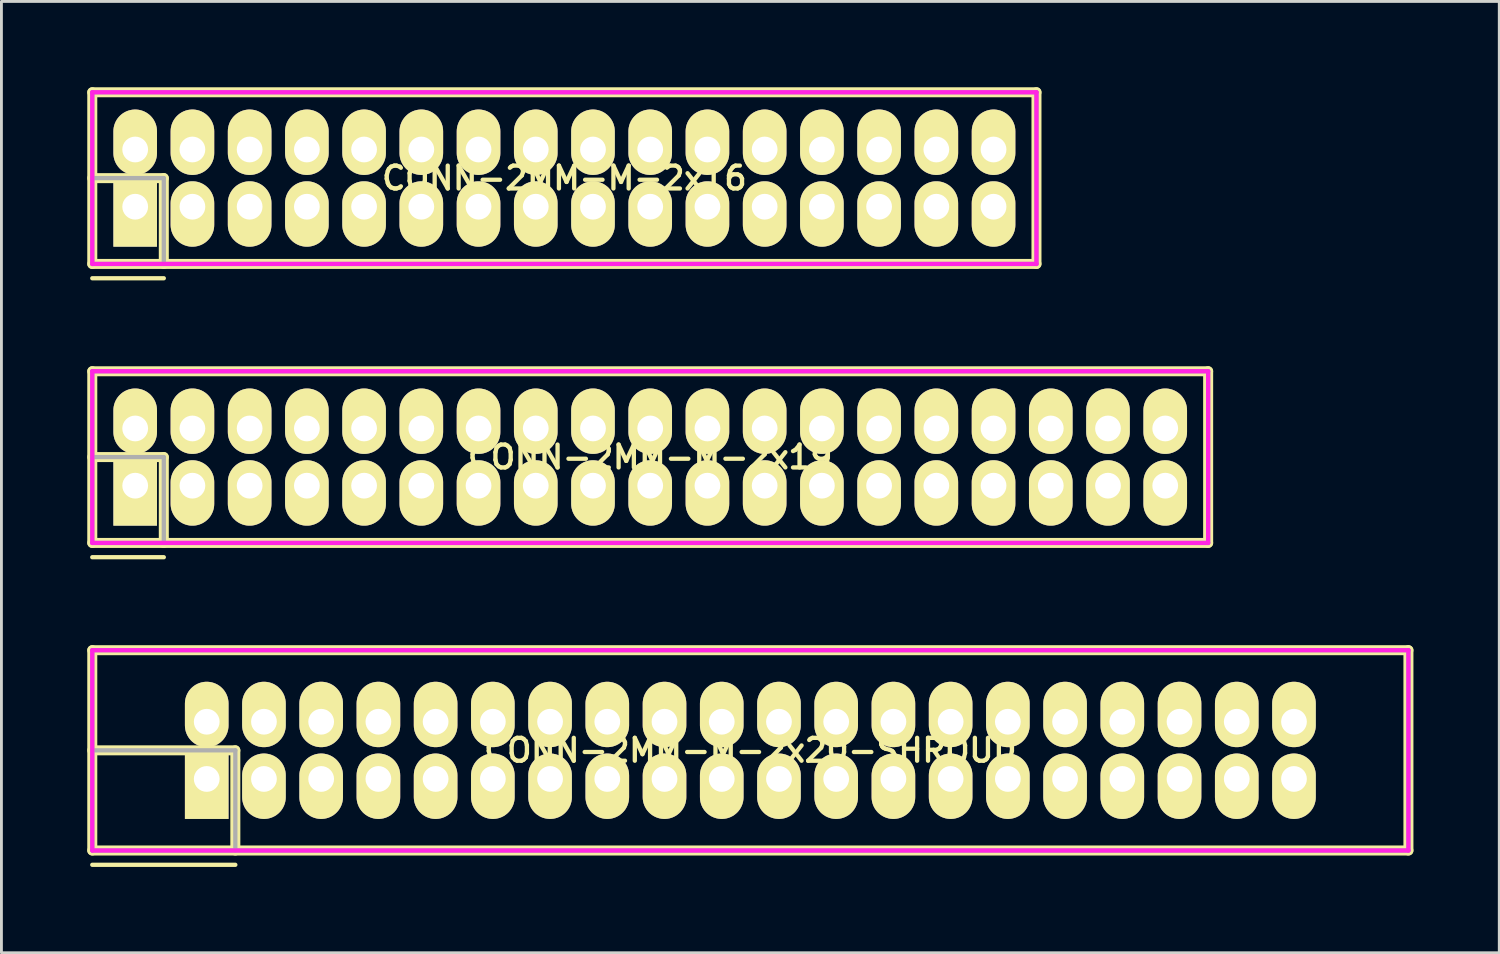
<source format=kicad_pcb>
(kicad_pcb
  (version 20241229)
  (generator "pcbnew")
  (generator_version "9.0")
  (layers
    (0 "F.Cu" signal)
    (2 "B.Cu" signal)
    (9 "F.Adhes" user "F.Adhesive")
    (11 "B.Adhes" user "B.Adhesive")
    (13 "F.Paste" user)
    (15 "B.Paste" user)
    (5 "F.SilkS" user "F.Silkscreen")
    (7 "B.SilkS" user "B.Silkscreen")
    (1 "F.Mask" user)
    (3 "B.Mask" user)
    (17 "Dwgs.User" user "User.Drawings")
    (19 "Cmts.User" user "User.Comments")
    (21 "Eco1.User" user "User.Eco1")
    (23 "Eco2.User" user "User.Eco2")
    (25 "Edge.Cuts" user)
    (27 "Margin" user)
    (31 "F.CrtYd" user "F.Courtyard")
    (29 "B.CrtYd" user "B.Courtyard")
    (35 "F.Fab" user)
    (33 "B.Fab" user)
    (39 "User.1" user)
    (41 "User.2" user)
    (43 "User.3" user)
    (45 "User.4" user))
  (footprint "CONN-2MM-M-2x16"
    (layer "F.Cu")
    (at 16.675 3.175)
    (property "Reference" "CONN-2MM-M-2x16" (at 0 0 0) (layer "F.SilkS") (effects (font (size 0.8 0.8) (thickness 0.15))))
    (attr through_hole)
    (fp_line (start -16.5 -3) (end 16.5 -3) (stroke (width 0.35) (type solid)) (layer "F.SilkS"))
    (fp_line (start -16.5 0) (end -14 0) (stroke (width 0.35) (type solid)) (layer "F.SilkS"))
    (fp_line (start -16.5 3) (end -16.5 -3) (stroke (width 0.35) (type solid)) (layer "F.SilkS"))
    (fp_line (start -16.5 3.5) (end -14 3.5) (stroke (width 0.15) (type solid)) (layer "F.SilkS"))
    (fp_line (start -14 0) (end -14 3) (stroke (width 0.35) (type solid)) (layer "F.SilkS"))
    (fp_line (start 16.5 -3) (end 16.5 3) (stroke (width 0.35) (type solid)) (layer "F.SilkS"))
    (fp_line (start 16.5 3) (end -16.5 3) (stroke (width 0.35) (type solid)) (layer "F.SilkS"))
    (fp_line (start -16.5 -3) (end 16.5 -3) (stroke (width 0.15) (type solid)) (layer "F.CrtYd"))
    (fp_line (start -16.5 3) (end -16.5 -3) (stroke (width 0.15) (type solid)) (layer "F.CrtYd"))
    (fp_line (start 16.5 -3) (end 16.5 3) (stroke (width 0.15) (type solid)) (layer "F.CrtYd"))
    (fp_line (start 16.5 3) (end -16.5 3) (stroke (width 0.15) (type solid)) (layer "F.CrtYd"))
    (fp_line (start -16.5 -3) (end 16.5 -3) (stroke (width 0.15) (type solid)) (layer "F.Fab"))
    (fp_line (start -16.5 0) (end -14 0) (stroke (width 0.15) (type solid)) (layer "F.Fab"))
    (fp_line (start -16.5 3) (end -16.5 -3) (stroke (width 0.15) (type solid)) (layer "F.Fab"))
    (fp_line (start -14 0) (end -14 3) (stroke (width 0.15) (type solid)) (layer "F.Fab"))
    (fp_line (start 16.5 -3) (end 16.5 3) (stroke (width 0.15) (type solid)) (layer "F.Fab"))
    (fp_line (start 16.5 3) (end -16.5 3) (stroke (width 0.15) (type solid)) (layer "F.Fab"))
    (pad "1" thru_hole rect (at -15 1) (size 1.524 2.286) (drill 0.9 (offset 0 0.254)) (layers "*.Cu" "*.Mask" "F.SilkS"))
    (pad "2" thru_hole oval (at -15 -1) (size 1.524 2.286) (drill 0.9 (offset 0 -0.254)) (layers "*.Cu" "*.Mask" "F.SilkS"))
    (pad "3" thru_hole oval (at -13 1) (size 1.524 2.286) (drill 0.9 (offset 0 0.254)) (layers "*.Cu" "*.Mask" "F.SilkS"))
    (pad "4" thru_hole oval (at -13 -1) (size 1.524 2.286) (drill 0.9 (offset 0 -0.254)) (layers "*.Cu" "*.Mask" "F.SilkS"))
    (pad "5" thru_hole oval (at -11 1) (size 1.524 2.286) (drill 0.9 (offset 0 0.254)) (layers "*.Cu" "*.Mask" "F.SilkS"))
    (pad "6" thru_hole oval (at -11 -1) (size 1.524 2.286) (drill 0.9 (offset 0 -0.254)) (layers "*.Cu" "*.Mask" "F.SilkS"))
    (pad "7" thru_hole oval (at -9 1) (size 1.524 2.286) (drill 0.9 (offset 0 0.254)) (layers "*.Cu" "*.Mask" "F.SilkS"))
    (pad "8" thru_hole oval (at -9 -1) (size 1.524 2.286) (drill 0.9 (offset 0 -0.254)) (layers "*.Cu" "*.Mask" "F.SilkS"))
    (pad "9" thru_hole oval (at -7 1) (size 1.524 2.286) (drill 0.9 (offset 0 0.254)) (layers "*.Cu" "*.Mask" "F.SilkS"))
    (pad "10" thru_hole oval (at -7 -1) (size 1.524 2.286) (drill 0.9 (offset 0 -0.254)) (layers "*.Cu" "*.Mask" "F.SilkS"))
    (pad "11" thru_hole oval (at -5 1) (size 1.524 2.286) (drill 0.9 (offset 0 0.254)) (layers "*.Cu" "*.Mask" "F.SilkS"))
    (pad "12" thru_hole oval (at -5 -1) (size 1.524 2.286) (drill 0.9 (offset 0 -0.254)) (layers "*.Cu" "*.Mask" "F.SilkS"))
    (pad "13" thru_hole oval (at -3 1) (size 1.524 2.286) (drill 0.9 (offset 0 0.254)) (layers "*.Cu" "*.Mask" "F.SilkS"))
    (pad "14" thru_hole oval (at -3 -1) (size 1.524 2.286) (drill 0.9 (offset 0 -0.254)) (layers "*.Cu" "*.Mask" "F.SilkS"))
    (pad "15" thru_hole oval (at -1 1) (size 1.524 2.286) (drill 0.9 (offset 0 0.254)) (layers "*.Cu" "*.Mask" "F.SilkS"))
    (pad "16" thru_hole oval (at -1 -1) (size 1.524 2.286) (drill 0.9 (offset 0 -0.254)) (layers "*.Cu" "*.Mask" "F.SilkS"))
    (pad "17" thru_hole oval (at 1 1) (size 1.524 2.286) (drill 0.9 (offset 0 0.254)) (layers "*.Cu" "*.Mask" "F.SilkS"))
    (pad "18" thru_hole oval (at 1 -1) (size 1.524 2.286) (drill 0.9 (offset 0 -0.254)) (layers "*.Cu" "*.Mask" "F.SilkS"))
    (pad "19" thru_hole oval (at 3 1) (size 1.524 2.286) (drill 0.9 (offset 0 0.254)) (layers "*.Cu" "*.Mask" "F.SilkS"))
    (pad "20" thru_hole oval (at 3 -1) (size 1.524 2.286) (drill 0.9 (offset 0 -0.254)) (layers "*.Cu" "*.Mask" "F.SilkS"))
    (pad "21" thru_hole oval (at 5 1) (size 1.524 2.286) (drill 0.9 (offset 0 0.254)) (layers "*.Cu" "*.Mask" "F.SilkS"))
    (pad "22" thru_hole oval (at 5 -1) (size 1.524 2.286) (drill 0.9 (offset 0 -0.254)) (layers "*.Cu" "*.Mask" "F.SilkS"))
    (pad "23" thru_hole oval (at 7 1) (size 1.524 2.286) (drill 0.9 (offset 0 0.254)) (layers "*.Cu" "*.Mask" "F.SilkS"))
    (pad "24" thru_hole oval (at 7 -1) (size 1.524 2.286) (drill 0.9 (offset 0 -0.254)) (layers "*.Cu" "*.Mask" "F.SilkS"))
    (pad "25" thru_hole oval (at 9 1) (size 1.524 2.286) (drill 0.9 (offset 0 0.254)) (layers "*.Cu" "*.Mask" "F.SilkS"))
    (pad "26" thru_hole oval (at 9 -1) (size 1.524 2.286) (drill 0.9 (offset 0 -0.254)) (layers "*.Cu" "*.Mask" "F.SilkS"))
    (pad "27" thru_hole oval (at 11 1) (size 1.524 2.286) (drill 0.9 (offset 0 0.254)) (layers "*.Cu" "*.Mask" "F.SilkS"))
    (pad "28" thru_hole oval (at 11 -1) (size 1.524 2.286) (drill 0.9 (offset 0 -0.254)) (layers "*.Cu" "*.Mask" "F.SilkS"))
    (pad "29" thru_hole oval (at 13 1) (size 1.524 2.286) (drill 0.9 (offset 0 0.254)) (layers "*.Cu" "*.Mask" "F.SilkS"))
    (pad "30" thru_hole oval (at 13 -1) (size 1.524 2.286) (drill 0.9 (offset 0 -0.254)) (layers "*.Cu" "*.Mask" "F.SilkS"))
    (pad "31" thru_hole oval (at 15 1) (size 1.524 2.286) (drill 0.9 (offset 0 0.254)) (layers "*.Cu" "*.Mask" "F.SilkS"))
    (pad "32" thru_hole oval (at 15 -1) (size 1.524 2.286) (drill 0.9 (offset 0 -0.254)) (layers "*.Cu" "*.Mask" "F.SilkS")))
  (footprint "CONN-2MM-M-2x20-SHROUD"
    (layer "F.Cu")
    (at 23.175 23.175)
    (property "Reference" "CONN-2MM-M-2x20-SHROUD" (at 0 0 0) (layer "F.SilkS") (effects (font (size 0.8 0.8) (thickness 0.15))))
    (attr through_hole)
    (fp_line (start -23 -3.5) (end 23 -3.5) (stroke (width 0.35) (type solid)) (layer "F.SilkS"))
    (fp_line (start -23 0) (end -18 0) (stroke (width 0.35) (type solid)) (layer "F.SilkS"))
    (fp_line (start -23 3.5) (end -23 -3.5) (stroke (width 0.35) (type solid)) (layer "F.SilkS"))
    (fp_line (start -23 4) (end -18 4) (stroke (width 0.15) (type solid)) (layer "F.SilkS"))
    (fp_line (start -18 0) (end -18 3.5) (stroke (width 0.35) (type solid)) (layer "F.SilkS"))
    (fp_line (start 23 -3.5) (end 23 3.5) (stroke (width 0.35) (type solid)) (layer "F.SilkS"))
    (fp_line (start 23 3.5) (end -23 3.5) (stroke (width 0.35) (type solid)) (layer "F.SilkS"))
    (fp_line (start -23 -3.5) (end 23 -3.5) (stroke (width 0.15) (type solid)) (layer "F.CrtYd"))
    (fp_line (start -23 3.5) (end -23 -3.5) (stroke (width 0.15) (type solid)) (layer "F.CrtYd"))
    (fp_line (start 23 -3.5) (end 23 3.5) (stroke (width 0.15) (type solid)) (layer "F.CrtYd"))
    (fp_line (start 23 3.5) (end -23 3.5) (stroke (width 0.15) (type solid)) (layer "F.CrtYd"))
    (fp_line (start -23 -3.5) (end 23 -3.5) (stroke (width 0.15) (type solid)) (layer "F.Fab"))
    (fp_line (start -23 0) (end -18 0) (stroke (width 0.15) (type solid)) (layer "F.Fab"))
    (fp_line (start -23 3.5) (end -23 -3.5) (stroke (width 0.15) (type solid)) (layer "F.Fab"))
    (fp_line (start -18 0) (end -18 3.5) (stroke (width 0.15) (type solid)) (layer "F.Fab"))
    (fp_line (start 23 -3.5) (end 23 3.5) (stroke (width 0.15) (type solid)) (layer "F.Fab"))
    (fp_line (start 23 3.5) (end -23 3.5) (stroke (width 0.15) (type solid)) (layer "F.Fab"))
    (pad "1" thru_hole rect (at -19 1) (size 1.524 2.286) (drill 0.9 (offset 0 0.254)) (layers "*.Cu" "*.Mask" "F.SilkS"))
    (pad "2" thru_hole oval (at -19 -1) (size 1.524 2.286) (drill 0.9 (offset 0 -0.254)) (layers "*.Cu" "*.Mask" "F.SilkS"))
    (pad "3" thru_hole oval (at -17 1) (size 1.524 2.286) (drill 0.9 (offset 0 0.254)) (layers "*.Cu" "*.Mask" "F.SilkS"))
    (pad "4" thru_hole oval (at -17 -1) (size 1.524 2.286) (drill 0.9 (offset 0 -0.254)) (layers "*.Cu" "*.Mask" "F.SilkS"))
    (pad "5" thru_hole oval (at -15 1) (size 1.524 2.286) (drill 0.9 (offset 0 0.254)) (layers "*.Cu" "*.Mask" "F.SilkS"))
    (pad "6" thru_hole oval (at -15 -1) (size 1.524 2.286) (drill 0.9 (offset 0 -0.254)) (layers "*.Cu" "*.Mask" "F.SilkS"))
    (pad "7" thru_hole oval (at -13 1) (size 1.524 2.286) (drill 0.9 (offset 0 0.254)) (layers "*.Cu" "*.Mask" "F.SilkS"))
    (pad "8" thru_hole oval (at -13 -1) (size 1.524 2.286) (drill 0.9 (offset 0 -0.254)) (layers "*.Cu" "*.Mask" "F.SilkS"))
    (pad "9" thru_hole oval (at -11 1) (size 1.524 2.286) (drill 0.9 (offset 0 0.254)) (layers "*.Cu" "*.Mask" "F.SilkS"))
    (pad "10" thru_hole oval (at -11 -1) (size 1.524 2.286) (drill 0.9 (offset 0 -0.254)) (layers "*.Cu" "*.Mask" "F.SilkS"))
    (pad "11" thru_hole oval (at -9 1) (size 1.524 2.286) (drill 0.9 (offset 0 0.254)) (layers "*.Cu" "*.Mask" "F.SilkS"))
    (pad "12" thru_hole oval (at -9 -1) (size 1.524 2.286) (drill 0.9 (offset 0 -0.254)) (layers "*.Cu" "*.Mask" "F.SilkS"))
    (pad "13" thru_hole oval (at -7 1) (size 1.524 2.286) (drill 0.9 (offset 0 0.254)) (layers "*.Cu" "*.Mask" "F.SilkS"))
    (pad "14" thru_hole oval (at -7 -1) (size 1.524 2.286) (drill 0.9 (offset 0 -0.254)) (layers "*.Cu" "*.Mask" "F.SilkS"))
    (pad "15" thru_hole oval (at -5 1) (size 1.524 2.286) (drill 0.9 (offset 0 0.254)) (layers "*.Cu" "*.Mask" "F.SilkS"))
    (pad "16" thru_hole oval (at -5 -1) (size 1.524 2.286) (drill 0.9 (offset 0 -0.254)) (layers "*.Cu" "*.Mask" "F.SilkS"))
    (pad "17" thru_hole oval (at -3 1) (size 1.524 2.286) (drill 0.9 (offset 0 0.254)) (layers "*.Cu" "*.Mask" "F.SilkS"))
    (pad "18" thru_hole oval (at -3 -1) (size 1.524 2.286) (drill 0.9 (offset 0 -0.254)) (layers "*.Cu" "*.Mask" "F.SilkS"))
    (pad "19" thru_hole oval (at -1 1) (size 1.524 2.286) (drill 0.9 (offset 0 0.254)) (layers "*.Cu" "*.Mask" "F.SilkS"))
    (pad "20" thru_hole oval (at -1 -1) (size 1.524 2.286) (drill 0.9 (offset 0 -0.254)) (layers "*.Cu" "*.Mask" "F.SilkS"))
    (pad "21" thru_hole oval (at 1 1) (size 1.524 2.286) (drill 0.9 (offset 0 0.254)) (layers "*.Cu" "*.Mask" "F.SilkS"))
    (pad "22" thru_hole oval (at 1 -1) (size 1.524 2.286) (drill 0.9 (offset 0 -0.254)) (layers "*.Cu" "*.Mask" "F.SilkS"))
    (pad "23" thru_hole oval (at 3 1) (size 1.524 2.286) (drill 0.9 (offset 0 0.254)) (layers "*.Cu" "*.Mask" "F.SilkS"))
    (pad "24" thru_hole oval (at 3 -1) (size 1.524 2.286) (drill 0.9 (offset 0 -0.254)) (layers "*.Cu" "*.Mask" "F.SilkS"))
    (pad "25" thru_hole oval (at 5 1) (size 1.524 2.286) (drill 0.9 (offset 0 0.254)) (layers "*.Cu" "*.Mask" "F.SilkS"))
    (pad "26" thru_hole oval (at 5 -1) (size 1.524 2.286) (drill 0.9 (offset 0 -0.254)) (layers "*.Cu" "*.Mask" "F.SilkS"))
    (pad "27" thru_hole oval (at 7 1) (size 1.524 2.286) (drill 0.9 (offset 0 0.254)) (layers "*.Cu" "*.Mask" "F.SilkS"))
    (pad "28" thru_hole oval (at 7 -1) (size 1.524 2.286) (drill 0.9 (offset 0 -0.254)) (layers "*.Cu" "*.Mask" "F.SilkS"))
    (pad "29" thru_hole oval (at 9 1) (size 1.524 2.286) (drill 0.9 (offset 0 0.254)) (layers "*.Cu" "*.Mask" "F.SilkS"))
    (pad "30" thru_hole oval (at 9 -1) (size 1.524 2.286) (drill 0.9 (offset 0 -0.254)) (layers "*.Cu" "*.Mask" "F.SilkS"))
    (pad "31" thru_hole oval (at 11 1) (size 1.524 2.286) (drill 0.9 (offset 0 0.254)) (layers "*.Cu" "*.Mask" "F.SilkS"))
    (pad "32" thru_hole oval (at 11 -1) (size 1.524 2.286) (drill 0.9 (offset 0 -0.254)) (layers "*.Cu" "*.Mask" "F.SilkS"))
    (pad "33" thru_hole oval (at 13 1) (size 1.524 2.286) (drill 0.9 (offset 0 0.254)) (layers "*.Cu" "*.Mask" "F.SilkS"))
    (pad "34" thru_hole oval (at 13 -1) (size 1.524 2.286) (drill 0.9 (offset 0 -0.254)) (layers "*.Cu" "*.Mask" "F.SilkS"))
    (pad "35" thru_hole oval (at 15 1) (size 1.524 2.286) (drill 0.9 (offset 0 0.254)) (layers "*.Cu" "*.Mask" "F.SilkS"))
    (pad "36" thru_hole oval (at 15 -1) (size 1.524 2.286) (drill 0.9 (offset 0 -0.254)) (layers "*.Cu" "*.Mask" "F.SilkS"))
    (pad "37" thru_hole oval (at 17 1) (size 1.524 2.286) (drill 0.9 (offset 0 0.254)) (layers "*.Cu" "*.Mask" "F.SilkS"))
    (pad "38" thru_hole oval (at 17 -1) (size 1.524 2.286) (drill 0.9 (offset 0 -0.254)) (layers "*.Cu" "*.Mask" "F.SilkS"))
    (pad "39" thru_hole oval (at 19 1) (size 1.524 2.286) (drill 0.9 (offset 0 0.254)) (layers "*.Cu" "*.Mask" "F.SilkS"))
    (pad "40" thru_hole oval (at 19 -1) (size 1.524 2.286) (drill 0.9 (offset 0 -0.254)) (layers "*.Cu" "*.Mask" "F.SilkS")))
  (footprint "CONN-2MM-M-2x19"
    (layer "F.Cu")
    (at 19.675 12.925)
    (property "Reference" "CONN-2MM-M-2x19" (at 0 0 0) (layer "F.SilkS") (effects (font (size 0.8 0.8) (thickness 0.15))))
    (attr through_hole)
    (fp_line (start -19.5 -3) (end 19.5 -3) (stroke (width 0.35) (type solid)) (layer "F.SilkS"))
    (fp_line (start -19.5 0) (end -17 0) (stroke (width 0.35) (type solid)) (layer "F.SilkS"))
    (fp_line (start -19.5 3) (end -19.5 -3) (stroke (width 0.35) (type solid)) (layer "F.SilkS"))
    (fp_line (start -19.5 3.5) (end -17 3.5) (stroke (width 0.15) (type solid)) (layer "F.SilkS"))
    (fp_line (start -17 0) (end -17 3) (stroke (width 0.35) (type solid)) (layer "F.SilkS"))
    (fp_line (start 19.5 -3) (end 19.5 3) (stroke (width 0.35) (type solid)) (layer "F.SilkS"))
    (fp_line (start 19.5 3) (end -19.5 3) (stroke (width 0.35) (type solid)) (layer "F.SilkS"))
    (fp_line (start -19.5 -3) (end 19.5 -3) (stroke (width 0.15) (type solid)) (layer "F.CrtYd"))
    (fp_line (start -19.5 3) (end -19.5 -3) (stroke (width 0.15) (type solid)) (layer "F.CrtYd"))
    (fp_line (start 19.5 -3) (end 19.5 3) (stroke (width 0.15) (type solid)) (layer "F.CrtYd"))
    (fp_line (start 19.5 3) (end -19.5 3) (stroke (width 0.15) (type solid)) (layer "F.CrtYd"))
    (fp_line (start -19.5 -3) (end 19.5 -3) (stroke (width 0.15) (type solid)) (layer "F.Fab"))
    (fp_line (start -19.5 0) (end -17 0) (stroke (width 0.15) (type solid)) (layer "F.Fab"))
    (fp_line (start -19.5 3) (end -19.5 -3) (stroke (width 0.15) (type solid)) (layer "F.Fab"))
    (fp_line (start -17 0) (end -17 3) (stroke (width 0.15) (type solid)) (layer "F.Fab"))
    (fp_line (start 19.5 -3) (end 19.5 3) (stroke (width 0.15) (type solid)) (layer "F.Fab"))
    (fp_line (start 19.5 3) (end -19.5 3) (stroke (width 0.15) (type solid)) (layer "F.Fab"))
    (pad "1" thru_hole rect (at -18 1) (size 1.524 2.286) (drill 0.9 (offset 0 0.254)) (layers "*.Cu" "*.Mask" "F.SilkS"))
    (pad "2" thru_hole oval (at -18 -1) (size 1.524 2.286) (drill 0.9 (offset 0 -0.254)) (layers "*.Cu" "*.Mask" "F.SilkS"))
    (pad "3" thru_hole oval (at -16 1) (size 1.524 2.286) (drill 0.9 (offset 0 0.254)) (layers "*.Cu" "*.Mask" "F.SilkS"))
    (pad "4" thru_hole oval (at -16 -1) (size 1.524 2.286) (drill 0.9 (offset 0 -0.254)) (layers "*.Cu" "*.Mask" "F.SilkS"))
    (pad "5" thru_hole oval (at -14 1) (size 1.524 2.286) (drill 0.9 (offset 0 0.254)) (layers "*.Cu" "*.Mask" "F.SilkS"))
    (pad "6" thru_hole oval (at -14 -1) (size 1.524 2.286) (drill 0.9 (offset 0 -0.254)) (layers "*.Cu" "*.Mask" "F.SilkS"))
    (pad "7" thru_hole oval (at -12 1) (size 1.524 2.286) (drill 0.9 (offset 0 0.254)) (layers "*.Cu" "*.Mask" "F.SilkS"))
    (pad "8" thru_hole oval (at -12 -1) (size 1.524 2.286) (drill 0.9 (offset 0 -0.254)) (layers "*.Cu" "*.Mask" "F.SilkS"))
    (pad "9" thru_hole oval (at -10 1) (size 1.524 2.286) (drill 0.9 (offset 0 0.254)) (layers "*.Cu" "*.Mask" "F.SilkS"))
    (pad "10" thru_hole oval (at -10 -1) (size 1.524 2.286) (drill 0.9 (offset 0 -0.254)) (layers "*.Cu" "*.Mask" "F.SilkS"))
    (pad "11" thru_hole oval (at -8 1) (size 1.524 2.286) (drill 0.9 (offset 0 0.254)) (layers "*.Cu" "*.Mask" "F.SilkS"))
    (pad "12" thru_hole oval (at -8 -1) (size 1.524 2.286) (drill 0.9 (offset 0 -0.254)) (layers "*.Cu" "*.Mask" "F.SilkS"))
    (pad "13" thru_hole oval (at -6 1) (size 1.524 2.286) (drill 0.9 (offset 0 0.254)) (layers "*.Cu" "*.Mask" "F.SilkS"))
    (pad "14" thru_hole oval (at -6 -1) (size 1.524 2.286) (drill 0.9 (offset 0 -0.254)) (layers "*.Cu" "*.Mask" "F.SilkS"))
    (pad "15" thru_hole oval (at -4 1) (size 1.524 2.286) (drill 0.9 (offset 0 0.254)) (layers "*.Cu" "*.Mask" "F.SilkS"))
    (pad "16" thru_hole oval (at -4 -1) (size 1.524 2.286) (drill 0.9 (offset 0 -0.254)) (layers "*.Cu" "*.Mask" "F.SilkS"))
    (pad "17" thru_hole oval (at -2 1) (size 1.524 2.286) (drill 0.9 (offset 0 0.254)) (layers "*.Cu" "*.Mask" "F.SilkS"))
    (pad "18" thru_hole oval (at -2 -1) (size 1.524 2.286) (drill 0.9 (offset 0 -0.254)) (layers "*.Cu" "*.Mask" "F.SilkS"))
    (pad "19" thru_hole oval (at 0 1) (size 1.524 2.286) (drill 0.9 (offset 0 0.254)) (layers "*.Cu" "*.Mask" "F.SilkS"))
    (pad "20" thru_hole oval (at 0 -1) (size 1.524 2.286) (drill 0.9 (offset 0 -0.254)) (layers "*.Cu" "*.Mask" "F.SilkS"))
    (pad "21" thru_hole oval (at 2 1) (size 1.524 2.286) (drill 0.9 (offset 0 0.254)) (layers "*.Cu" "*.Mask" "F.SilkS"))
    (pad "22" thru_hole oval (at 2 -1) (size 1.524 2.286) (drill 0.9 (offset 0 -0.254)) (layers "*.Cu" "*.Mask" "F.SilkS"))
    (pad "23" thru_hole oval (at 4 1) (size 1.524 2.286) (drill 0.9 (offset 0 0.254)) (layers "*.Cu" "*.Mask" "F.SilkS"))
    (pad "24" thru_hole oval (at 4 -1) (size 1.524 2.286) (drill 0.9 (offset 0 -0.254)) (layers "*.Cu" "*.Mask" "F.SilkS"))
    (pad "25" thru_hole oval (at 6 1) (size 1.524 2.286) (drill 0.9 (offset 0 0.254)) (layers "*.Cu" "*.Mask" "F.SilkS"))
    (pad "26" thru_hole oval (at 6 -1) (size 1.524 2.286) (drill 0.9 (offset 0 -0.254)) (layers "*.Cu" "*.Mask" "F.SilkS"))
    (pad "27" thru_hole oval (at 8 1) (size 1.524 2.286) (drill 0.9 (offset 0 0.254)) (layers "*.Cu" "*.Mask" "F.SilkS"))
    (pad "28" thru_hole oval (at 8 -1) (size 1.524 2.286) (drill 0.9 (offset 0 -0.254)) (layers "*.Cu" "*.Mask" "F.SilkS"))
    (pad "29" thru_hole oval (at 10 1) (size 1.524 2.286) (drill 0.9 (offset 0 0.254)) (layers "*.Cu" "*.Mask" "F.SilkS"))
    (pad "30" thru_hole oval (at 10 -1) (size 1.524 2.286) (drill 0.9 (offset 0 -0.254)) (layers "*.Cu" "*.Mask" "F.SilkS"))
    (pad "31" thru_hole oval (at 12 1) (size 1.524 2.286) (drill 0.9 (offset 0 0.254)) (layers "*.Cu" "*.Mask" "F.SilkS"))
    (pad "32" thru_hole oval (at 12 -1) (size 1.524 2.286) (drill 0.9 (offset 0 -0.254)) (layers "*.Cu" "*.Mask" "F.SilkS"))
    (pad "33" thru_hole oval (at 14 1) (size 1.524 2.286) (drill 0.9 (offset 0 0.254)) (layers "*.Cu" "*.Mask" "F.SilkS"))
    (pad "34" thru_hole oval (at 14 -1) (size 1.524 2.286) (drill 0.9 (offset 0 -0.254)) (layers "*.Cu" "*.Mask" "F.SilkS"))
    (pad "35" thru_hole oval (at 16 1) (size 1.524 2.286) (drill 0.9 (offset 0 0.254)) (layers "*.Cu" "*.Mask" "F.SilkS"))
    (pad "36" thru_hole oval (at 16 -1) (size 1.524 2.286) (drill 0.9 (offset 0 -0.254)) (layers "*.Cu" "*.Mask" "F.SilkS"))
    (pad "37" thru_hole oval (at 18 1) (size 1.524 2.286) (drill 0.9 (offset 0 0.254)) (layers "*.Cu" "*.Mask" "F.SilkS"))
    (pad "38" thru_hole oval (at 18 -1) (size 1.524 2.286) (drill 0.9 (offset 0 -0.254)) (layers "*.Cu" "*.Mask" "F.SilkS")))
  (gr_rect
    (start -3 -3)
    (end 49.35 30.25)
    (stroke (width 0.1) (type default))
    (fill no)
    (layer "Edge.Cuts")))
</source>
